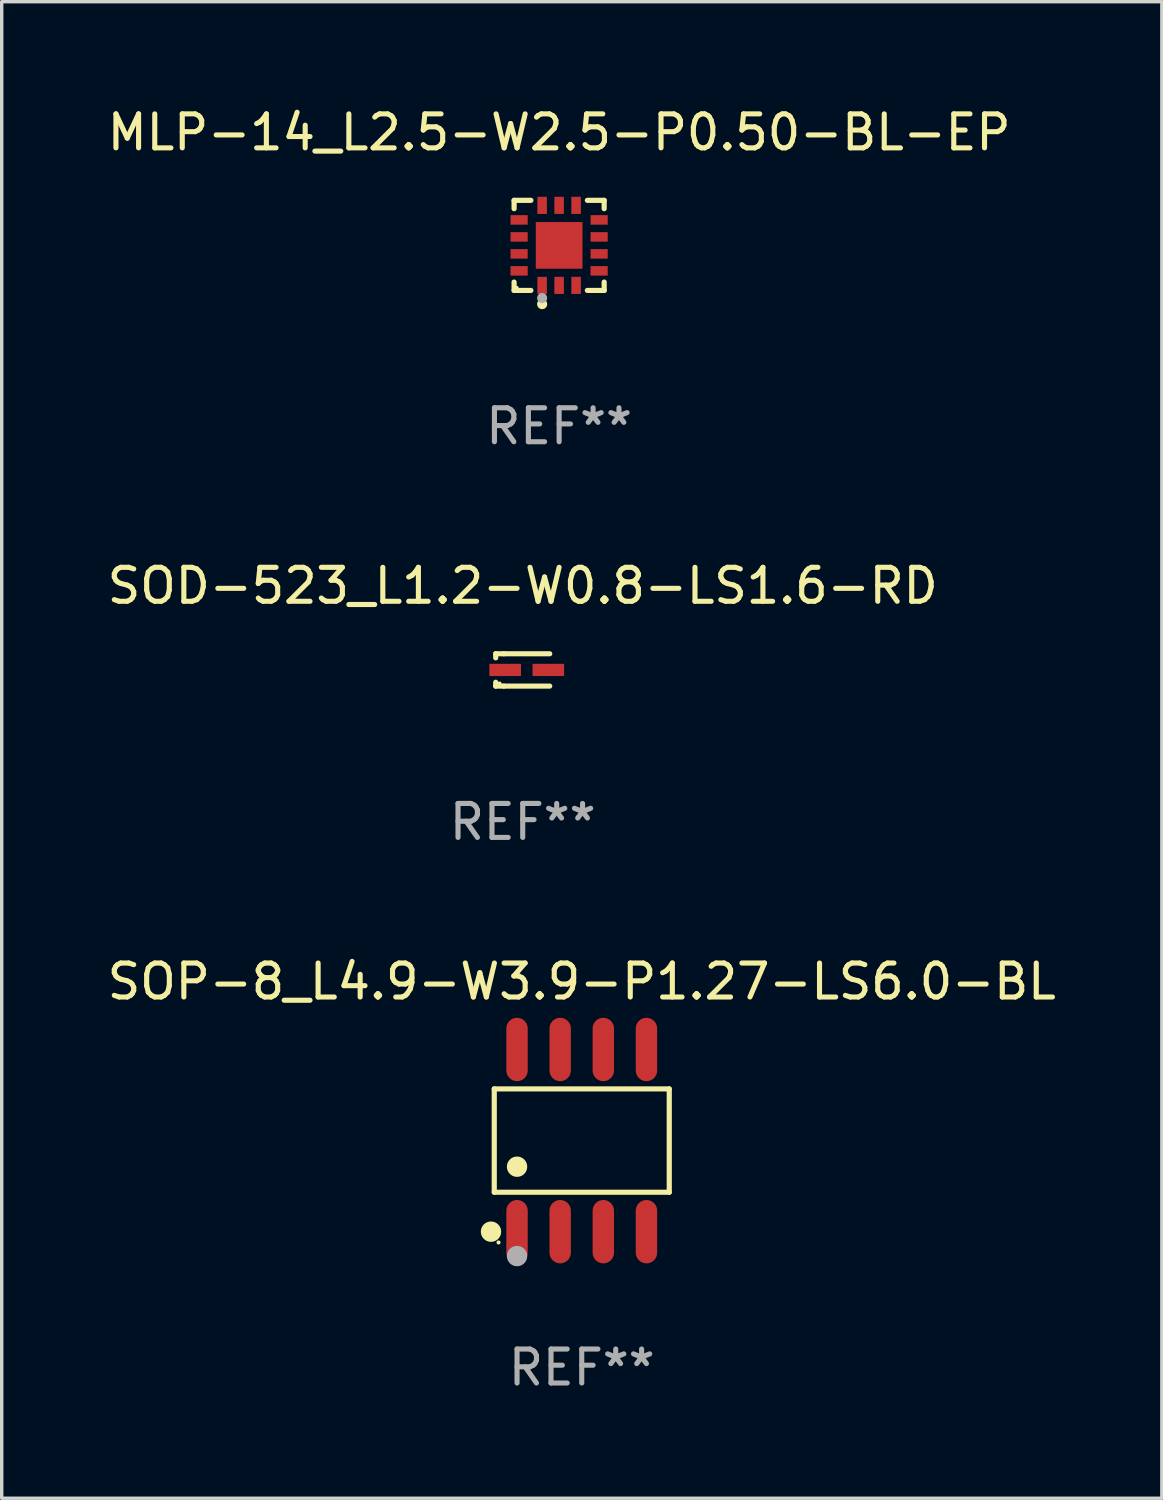
<source format=kicad_pcb>
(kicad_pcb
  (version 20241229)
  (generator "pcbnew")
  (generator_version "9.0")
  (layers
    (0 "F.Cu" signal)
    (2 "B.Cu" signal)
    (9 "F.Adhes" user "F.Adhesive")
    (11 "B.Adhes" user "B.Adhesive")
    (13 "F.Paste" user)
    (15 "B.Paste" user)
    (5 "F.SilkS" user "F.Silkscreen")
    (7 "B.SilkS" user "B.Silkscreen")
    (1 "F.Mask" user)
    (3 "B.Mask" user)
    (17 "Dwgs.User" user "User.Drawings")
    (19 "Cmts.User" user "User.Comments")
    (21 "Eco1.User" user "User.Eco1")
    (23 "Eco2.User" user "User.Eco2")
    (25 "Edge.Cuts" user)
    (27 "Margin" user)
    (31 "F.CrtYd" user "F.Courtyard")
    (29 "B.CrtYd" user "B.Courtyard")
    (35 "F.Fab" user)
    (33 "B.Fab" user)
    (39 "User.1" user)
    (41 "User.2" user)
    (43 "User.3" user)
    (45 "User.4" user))
  (footprint "SOP-8_L4.9-W3.9-P1.27-LS6.0-BL"
    (layer "F.Cu")
    (at 14.077 30.529)
    (property "Reference" "SOP-8_L4.9-W3.9-P1.27-LS6.0-BL" (at 0 -4.682 0) (layer "F.SilkS") (effects (font (size 1 1) (thickness 0.15))))
    (attr smd)
    (fp_line (start -2.576 -1.521) (end 2.576 -1.521) (stroke (width 0.152) (type solid)) (layer "F.SilkS"))
    (fp_line (start -2.576 1.521) (end -2.576 -1.521) (stroke (width 0.152) (type solid)) (layer "F.SilkS"))
    (fp_line (start 2.576 -1.521) (end 2.576 1.521) (stroke (width 0.152) (type solid)) (layer "F.SilkS"))
    (fp_line (start 2.576 1.521) (end -2.576 1.521) (stroke (width 0.152) (type solid)) (layer "F.SilkS"))
    (fp_circle (center -2.672 2.682) (end -2.522 2.682) (stroke (width 0.3) (type solid)) (fill no) (layer "F.SilkS"))
    (fp_circle (center -2.45 3) (end -2.42 3) (stroke (width 0.06) (type solid)) (fill no) (layer "F.SilkS"))
    (fp_circle (center -1.905 0.769) (end -1.755 0.769) (stroke (width 0.3) (type solid)) (fill no) (layer "F.SilkS"))
    (fp_circle (center -1.905 3.4) (end -1.755 3.4) (stroke (width 0.3) (type solid)) (fill no) (layer "F.Fab"))
    (fp_text user "REF**" (at 0 6.682 0) (layer "F.Fab") (effects (font (size 1 1) (thickness 0.15))))
    (pad "1" smd oval (at -1.905 2.682) (size 0.63 1.865) (layers "F.Cu" "F.Mask" "F.Paste"))
    (pad "2" smd oval (at -0.635 2.682) (size 0.63 1.865) (layers "F.Cu" "F.Mask" "F.Paste"))
    (pad "3" smd oval (at 0.635 2.682) (size 0.63 1.865) (layers "F.Cu" "F.Mask" "F.Paste"))
    (pad "4" smd oval (at 1.905 2.682) (size 0.63 1.865) (layers "F.Cu" "F.Mask" "F.Paste"))
    (pad "5" smd oval (at 1.905 -2.682) (size 0.63 1.865) (layers "F.Cu" "F.Mask" "F.Paste"))
    (pad "6" smd oval (at 0.635 -2.682) (size 0.63 1.865) (layers "F.Cu" "F.Mask" "F.Paste"))
    (pad "7" smd oval (at -0.635 -2.682) (size 0.63 1.865) (layers "F.Cu" "F.Mask" "F.Paste"))
    (pad "8" smd oval (at -1.905 -2.682) (size 0.63 1.865) (layers "F.Cu" "F.Mask" "F.Paste")))
  (footprint "SOD-523_L1.2-W0.8-LS1.6-RD"
    (layer "F.Cu")
    (at 12.458 16.673)
    (property "Reference" "SOD-523_L1.2-W0.8-LS1.6-RD" (at -0.119 -2.476 0) (layer "F.SilkS") (effects (font (size 1 1) (thickness 0.15))))
    (attr smd)
    (fp_line (start -0.914 -0.476) (end -0.914 -0.356) (stroke (width 0.152) (type solid)) (layer "F.SilkS"))
    (fp_line (start -0.914 0.363) (end -0.914 0.476) (stroke (width 0.152) (type solid)) (layer "F.SilkS"))
    (fp_line (start -0.914 0.476) (end -0.676 0.476) (stroke (width 0.152) (type solid)) (layer "F.SilkS"))
    (fp_line (start -0.676 -0.476) (end -0.914 -0.476) (stroke (width 0.152) (type solid)) (layer "F.SilkS"))
    (fp_line (start -0.676 -0.476) (end 0.676 -0.476) (stroke (width 0.152) (type solid)) (layer "F.SilkS"))
    (fp_line (start -0.676 0.476) (end 0.676 0.476) (stroke (width 0.152) (type solid)) (layer "F.SilkS"))
    (fp_circle (center -0.8 0.4) (end -0.77 0.4) (stroke (width 0.06) (type solid)) (fill no) (layer "F.SilkS"))
    (fp_text user "REF**" (at -0.119 4.476 0) (layer "F.Fab") (effects (font (size 1 1) (thickness 0.15))))
    (pad "1" smd rect (at -0.635 0 180) (size 0.93 0.36) (layers "F.Cu" "F.Mask" "F.Paste"))
    (pad "2" smd rect (at 0.635 0 180) (size 0.93 0.36) (layers "F.Cu" "F.Mask" "F.Paste")))
  (footprint "MLP-14_L2.5-W2.5-P0.50-BL-EP"
    (layer "F.Cu")
    (at 13.411 4.174)
    (property "Reference" "MLP-14_L2.5-W2.5-P0.50-BL-EP" (at 0 -3.326 0) (layer "F.SilkS") (effects (font (size 1 1) (thickness 0.15))))
    (attr smd)
    (fp_line (start -1.326 -1.326) (end -0.831 -1.326) (stroke (width 0.152) (type solid)) (layer "F.SilkS"))
    (fp_line (start -1.326 -1.08) (end -1.326 -1.326) (stroke (width 0.152) (type solid)) (layer "F.SilkS"))
    (fp_line (start -1.326 1.08) (end -1.326 1.326) (stroke (width 0.152) (type solid)) (layer "F.SilkS"))
    (fp_line (start -1.326 1.326) (end -0.831 1.326) (stroke (width 0.152) (type solid)) (layer "F.SilkS"))
    (fp_line (start 1.326 -1.326) (end 0.831 -1.326) (stroke (width 0.152) (type solid)) (layer "F.SilkS"))
    (fp_line (start 1.326 -1.08) (end 1.326 -1.326) (stroke (width 0.152) (type solid)) (layer "F.SilkS"))
    (fp_line (start 1.326 1.08) (end 1.326 1.326) (stroke (width 0.152) (type solid)) (layer "F.SilkS"))
    (fp_line (start 1.326 1.326) (end 0.831 1.326) (stroke (width 0.152) (type solid)) (layer "F.SilkS"))
    (fp_circle (center -1.25 1.25) (end -1.22 1.25) (stroke (width 0.06) (type solid)) (fill no) (layer "F.SilkS"))
    (fp_circle (center -0.5 1.73) (end -0.425 1.73) (stroke (width 0.15) (type solid)) (fill no) (layer "F.SilkS"))
    (fp_circle (center -0.5 1.55) (end -0.425 1.55) (stroke (width 0.15) (type solid)) (fill no) (layer "F.Fab"))
    (fp_text user "REF**" (at 0 5.326 0) (layer "F.Fab") (effects (font (size 1 1) (thickness 0.15))))
    (pad "1" smd rect (at -0.5 1.178) (size 0.28 0.505) (layers "F.Cu" "F.Mask" "F.Paste"))
    (pad "2" smd rect (at 0 1.178) (size 0.28 0.505) (layers "F.Cu" "F.Mask" "F.Paste"))
    (pad "3" smd rect (at 0.5 1.178) (size 0.28 0.505) (layers "F.Cu" "F.Mask" "F.Paste"))
    (pad "4" smd rect (at 1.178 0.75) (size 0.505 0.28) (layers "F.Cu" "F.Mask" "F.Paste"))
    (pad "5" smd rect (at 1.178 0.25) (size 0.505 0.28) (layers "F.Cu" "F.Mask" "F.Paste"))
    (pad "6" smd rect (at 1.178 -0.25) (size 0.505 0.28) (layers "F.Cu" "F.Mask" "F.Paste"))
    (pad "7" smd rect (at 1.178 -0.75) (size 0.505 0.28) (layers "F.Cu" "F.Mask" "F.Paste"))
    (pad "8" smd rect (at 0.5 -1.178) (size 0.28 0.505) (layers "F.Cu" "F.Mask" "F.Paste"))
    (pad "9" smd rect (at 0 -1.178) (size 0.28 0.505) (layers "F.Cu" "F.Mask" "F.Paste"))
    (pad "10" smd rect (at -0.5 -1.178) (size 0.28 0.505) (layers "F.Cu" "F.Mask" "F.Paste"))
    (pad "11" smd rect (at -1.178 -0.75) (size 0.505 0.28) (layers "F.Cu" "F.Mask" "F.Paste"))
    (pad "12" smd rect (at -1.178 -0.25) (size 0.505 0.28) (layers "F.Cu" "F.Mask" "F.Paste"))
    (pad "13" smd rect (at -1.178 0.25) (size 0.505 0.28) (layers "F.Cu" "F.Mask" "F.Paste"))
    (pad "14" smd rect (at -1.178 0.75) (size 0.505 0.28) (layers "F.Cu" "F.Mask" "F.Paste"))
    (pad "15" smd rect (at 0 0) (size 1.375 1.375) (layers "F.Cu" "F.Mask" "F.Paste")))
  (gr_rect
    (start -3 -3)
    (end 31.155 41.059)
    (stroke (width 0.1) (type default))
    (fill no)
    (layer "Edge.Cuts")))
</source>
